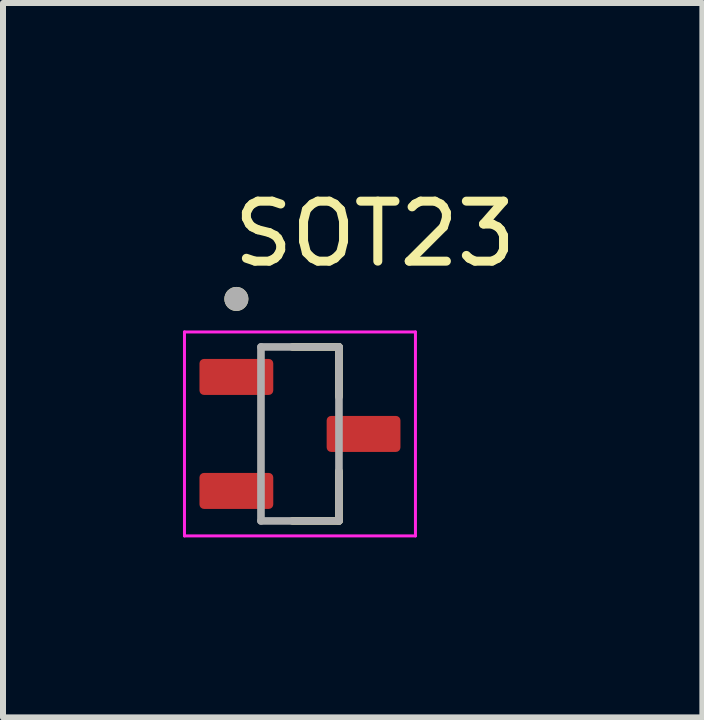
<source format=kicad_pcb>
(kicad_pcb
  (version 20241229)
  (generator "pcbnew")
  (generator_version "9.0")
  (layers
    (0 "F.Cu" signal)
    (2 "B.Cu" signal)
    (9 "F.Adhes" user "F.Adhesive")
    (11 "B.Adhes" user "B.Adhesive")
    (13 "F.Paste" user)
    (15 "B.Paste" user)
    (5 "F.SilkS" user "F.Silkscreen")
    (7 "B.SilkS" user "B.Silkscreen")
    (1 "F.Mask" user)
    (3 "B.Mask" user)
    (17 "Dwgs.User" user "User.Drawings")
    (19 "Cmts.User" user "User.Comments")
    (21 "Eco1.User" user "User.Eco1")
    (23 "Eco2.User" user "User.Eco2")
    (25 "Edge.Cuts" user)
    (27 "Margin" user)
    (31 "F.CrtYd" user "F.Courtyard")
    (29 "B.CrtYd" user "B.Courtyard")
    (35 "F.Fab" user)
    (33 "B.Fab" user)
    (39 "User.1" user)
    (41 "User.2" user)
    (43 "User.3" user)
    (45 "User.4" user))
  (footprint "SOT23"
    (layer "F.Cu")
    (at 1.95 4.183)
    (property "Reference" "SOT23" (at 1.25 -3.335 0) (layer "F.SilkS") (effects (font (size 1 1) (thickness 0.15))))
    (attr smd)
    (fp_line (start -0.125 -1.45) (end 0.65 -1.45) (stroke (width 0.127) (type solid)) (layer "F.SilkS"))
    (fp_line (start 0.65 -1.45) (end 0.65 -0.62) (stroke (width 0.127) (type solid)) (layer "F.SilkS"))
    (fp_line (start 0.65 1.45) (end -0.125 1.45) (stroke (width 0.127) (type solid)) (layer "F.SilkS"))
    (fp_line (start 0.65 1.45) (end 0.65 0.62) (stroke (width 0.127) (type solid)) (layer "F.SilkS"))
    (fp_circle (center -1.06 -2.25) (end -0.96 -2.25) (stroke (width 0.2) (type solid)) (fill no) (layer "F.SilkS"))
    (fp_line (start -1.925 -1.7) (end -1.925 1.7) (stroke (width 0.05) (type solid)) (layer "F.CrtYd"))
    (fp_line (start -1.925 1.7) (end 1.925 1.7) (stroke (width 0.05) (type solid)) (layer "F.CrtYd"))
    (fp_line (start 1.925 -1.7) (end -1.925 -1.7) (stroke (width 0.05) (type solid)) (layer "F.CrtYd"))
    (fp_line (start 1.925 1.7) (end 1.925 -1.7) (stroke (width 0.05) (type solid)) (layer "F.CrtYd"))
    (fp_line (start -0.65 -1.45) (end 0.65 -1.45) (stroke (width 0.127) (type solid)) (layer "F.Fab"))
    (fp_line (start -0.65 1.45) (end -0.65 -1.45) (stroke (width 0.127) (type solid)) (layer "F.Fab"))
    (fp_line (start 0.65 -1.45) (end 0.65 1.45) (stroke (width 0.127) (type solid)) (layer "F.Fab"))
    (fp_line (start 0.65 1.45) (end -0.65 1.45) (stroke (width 0.127) (type solid)) (layer "F.Fab"))
    (fp_circle (center -1.06 -2.25) (end -0.96 -2.25) (stroke (width 0.2) (type solid)) (fill no) (layer "F.Fab"))
    (pad "1" smd roundrect (at -1.06 -0.95) (size 1.23 0.6) (layers "F.Cu" "F.Mask" "F.Paste") (roundrect_rratio 0.125))
    (pad "2" smd roundrect (at -1.06 0.95) (size 1.23 0.6) (layers "F.Cu" "F.Mask" "F.Paste") (roundrect_rratio 0.125))
    (pad "3" smd roundrect (at 1.06 0) (size 1.23 0.6) (layers "F.Cu" "F.Mask" "F.Paste") (roundrect_rratio 0.125)))
  (gr_rect
    (start -3 -3)
    (end 8.658 8.908)
    (stroke (width 0.1) (type default))
    (fill no)
    (layer "Edge.Cuts")))
</source>
